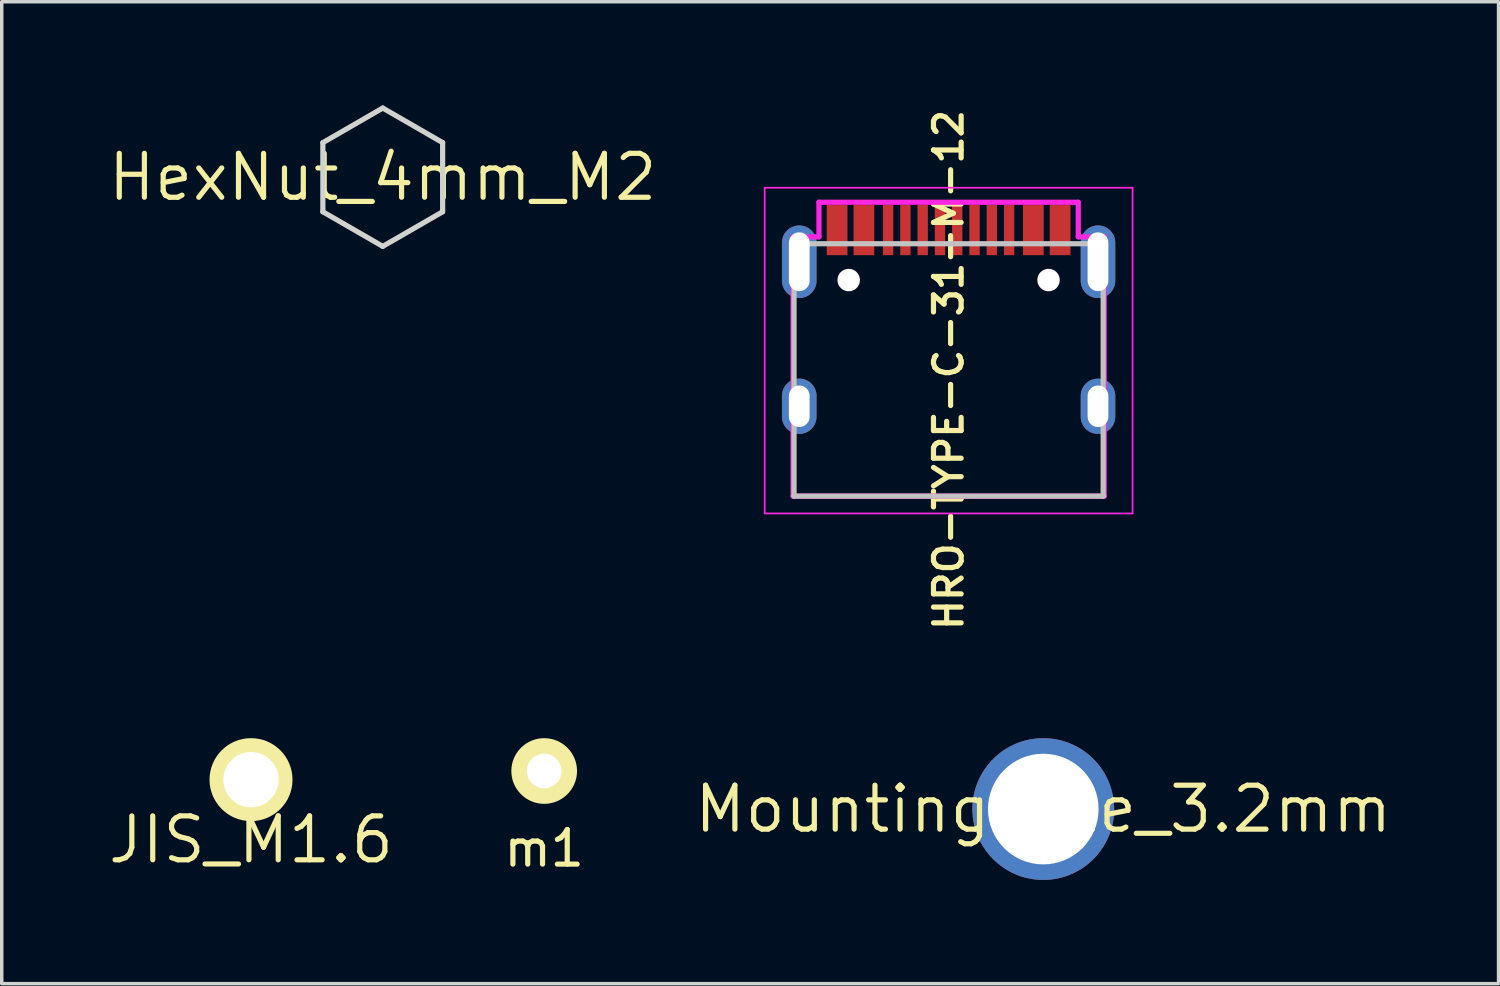
<source format=kicad_pcb>
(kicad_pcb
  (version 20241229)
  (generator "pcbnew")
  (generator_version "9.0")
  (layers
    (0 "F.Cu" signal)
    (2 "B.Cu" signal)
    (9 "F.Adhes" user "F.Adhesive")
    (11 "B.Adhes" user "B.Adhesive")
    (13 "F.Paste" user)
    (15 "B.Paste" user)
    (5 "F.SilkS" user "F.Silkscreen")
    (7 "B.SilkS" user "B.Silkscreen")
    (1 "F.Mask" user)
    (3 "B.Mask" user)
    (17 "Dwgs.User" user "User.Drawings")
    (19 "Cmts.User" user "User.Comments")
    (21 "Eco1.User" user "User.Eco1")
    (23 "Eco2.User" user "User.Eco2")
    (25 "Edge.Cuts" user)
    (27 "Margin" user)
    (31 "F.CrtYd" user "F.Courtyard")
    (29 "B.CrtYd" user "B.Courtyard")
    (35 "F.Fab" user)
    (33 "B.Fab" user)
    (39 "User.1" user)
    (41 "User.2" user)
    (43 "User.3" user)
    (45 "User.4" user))
  (footprint "m1"
    (layer "F.Cu")
    (at 12.689 20.987)
    (property "Reference" "m1" (at 0 0.5 0) (layer "F.SilkS") (effects (font (size 1 1) (thickness 0.15))))
    (attr through_hole)
    (fp_text user "" (at 0 -1.738 0) (layer "F.SilkS") (effects (font (size 1.27 1.27) (thickness 0.15))))
    (fp_text user "" (at 0 -1.738 0) (layer "F.SilkS") (effects (font (size 1.27 1.27) (thickness 0.15))))
    (pad "" np_thru_hole circle (at 0 -1.738) (size 1 1) (drill 1) (layers "*.Cu" "*.Mask"))
    (pad "" smd circle (at 0 -1.738) (size 1.9 1.9) (layers "F.SilkS")))
  (footprint "HexNut_4mm_M2"
    (layer "F.Cu")
    (at 8.02 2.075)
    (property "Reference" "HexNut_4mm_M2" (at 0 0 0) (layer "F.SilkS") (effects (font (size 1.27 1.27) (thickness 0.15))))
    (attr through_hole)
    (fp_line (start -1.732 -1) (end -1.732 1) (stroke (width 0.15) (type solid)) (layer "Edge.Cuts"))
    (fp_line (start -1.732 -1) (end 0 -2) (stroke (width 0.15) (type solid)) (layer "Edge.Cuts"))
    (fp_line (start 0 -2) (end 1.732 -1) (stroke (width 0.15) (type solid)) (layer "Edge.Cuts"))
    (fp_line (start 0 2) (end -1.732 1) (stroke (width 0.15) (type solid)) (layer "Edge.Cuts"))
    (fp_line (start 1.732 -1) (end 1.732 1) (stroke (width 0.15) (type solid)) (layer "Edge.Cuts"))
    (fp_line (start 1.732 1) (end 0 2) (stroke (width 0.15) (type solid)) (layer "Edge.Cuts")))
  (footprint "MountingHole_3.2mm"
    (layer "F.Cu")
    (at 27.124 20.35)
    (property "Reference" "MountingHole_3.2mm" (at 0 0 0) (layer "F.SilkS") (effects (font (size 1.27 1.27) (thickness 0.15))))
    (attr through_hole)
    (pad "" thru_hole circle (at 0 0) (size 4.1 4.1) (drill 3.2) (layers "*.Cu" "*.Mask")))
  (footprint "HRO-TYPE-C-31-M-12"
    (layer "F.Cu")
    (at 24.386 11.3)
    (property "Reference" "HRO-TYPE-C-31-M-12" (at 0 -3.65 270) (layer "F.SilkS") (effects (font (size 0.8 0.8) (thickness 0.15))))
    (attr smd)
    (fp_line (start -4.47 -7.3) (end 4.47 -7.3) (stroke (width 0.15) (type solid)) (layer "Dwgs.User"))
    (fp_line (start -4.47 0) (end -4.47 -7.3) (stroke (width 0.15) (type solid)) (layer "Dwgs.User"))
    (fp_line (start -4.47 0) (end 4.47 0) (stroke (width 0.15) (type solid)) (layer "Dwgs.User"))
    (fp_line (start 4.47 0) (end 4.47 -7.3) (stroke (width 0.15) (type solid)) (layer "Dwgs.User"))
    (fp_line (start -5.32 -8.92) (end -5.32 0.5) (stroke (width 0.05) (type solid)) (layer "F.CrtYd"))
    (fp_line (start -5.32 -8.92) (end 5.32 -8.92) (stroke (width 0.05) (type solid)) (layer "F.CrtYd"))
    (fp_line (start -5.32 0.5) (end 5.32 0.5) (stroke (width 0.05) (type solid)) (layer "F.CrtYd"))
    (fp_line (start -4.5 -7.5) (end -3.75 -7.5) (stroke (width 0.15) (type solid)) (layer "F.CrtYd"))
    (fp_line (start -4.5 0) (end -4.5 -7.5) (stroke (width 0.15) (type solid)) (layer "F.CrtYd"))
    (fp_line (start -3.75 -8.5) (end 3.75 -8.5) (stroke (width 0.15) (type solid)) (layer "F.CrtYd"))
    (fp_line (start -3.75 -7.5) (end -3.75 -8.5) (stroke (width 0.15) (type solid)) (layer "F.CrtYd"))
    (fp_line (start 3.75 -8.5) (end 3.75 -7.5) (stroke (width 0.15) (type solid)) (layer "F.CrtYd"))
    (fp_line (start 4.5 -7.5) (end 3.75 -7.5) (stroke (width 0.15) (type solid)) (layer "F.CrtYd"))
    (fp_line (start 4.5 -7.5) (end 4.5 0) (stroke (width 0.15) (type solid)) (layer "F.CrtYd"))
    (fp_line (start 4.5 0) (end -4.5 0) (stroke (width 0.15) (type solid)) (layer "F.CrtYd"))
    (fp_line (start 5.32 -8.92) (end 5.32 0.5) (stroke (width 0.05) (type solid)) (layer "F.CrtYd"))
    (pad "" np_thru_hole circle (at -2.89 -6.25) (size 0.65 0.65) (drill 0.65) (layers "*.Cu" "*.Mask"))
    (pad "" np_thru_hole circle (at 2.89 -6.25) (size 0.65 0.65) (drill 0.65) (layers "*.Cu" "*.Mask"))
    (pad "1" smd rect (at -3.225 -7.695) (size 0.6 1.45) (layers "F.Cu" "F.Mask" "F.Paste"))
    (pad "2" smd rect (at -2.45 -7.695) (size 0.6 1.45) (layers "F.Cu" "F.Mask" "F.Paste"))
    (pad "3" smd rect (at -1.75 -7.695) (size 0.3 1.45) (layers "F.Cu" "F.Mask" "F.Paste"))
    (pad "4" smd rect (at -1.25 -7.695) (size 0.3 1.45) (layers "F.Cu" "F.Mask" "F.Paste"))
    (pad "5" smd rect (at -0.75 -7.695) (size 0.3 1.45) (layers "F.Cu" "F.Mask" "F.Paste"))
    (pad "6" smd rect (at -0.25 -7.695) (size 0.3 1.45) (layers "F.Cu" "F.Mask" "F.Paste"))
    (pad "7" smd rect (at 0.25 -7.695) (size 0.3 1.45) (layers "F.Cu" "F.Mask" "F.Paste"))
    (pad "8" smd rect (at 0.75 -7.695) (size 0.3 1.45) (layers "F.Cu" "F.Mask" "F.Paste"))
    (pad "9" smd rect (at 1.25 -7.695) (size 0.3 1.45) (layers "F.Cu" "F.Mask" "F.Paste"))
    (pad "10" smd rect (at 1.75 -7.695) (size 0.3 1.45) (layers "F.Cu" "F.Mask" "F.Paste"))
    (pad "11" smd rect (at 2.45 -7.695) (size 0.6 1.45) (layers "F.Cu" "F.Mask" "F.Paste"))
    (pad "12" smd rect (at 3.225 -7.695) (size 0.6 1.45) (layers "F.Cu" "F.Mask" "F.Paste"))
    (pad "13" thru_hole oval (at -4.32 -6.78) (size 1 2.1) (drill oval 0.6 1.7) (layers "*.Cu" "*.Mask"))
    (pad "13" thru_hole oval (at -4.32 -2.6) (size 1 1.6) (drill oval 0.6 1.2) (layers "*.Cu" "*.Mask"))
    (pad "13" thru_hole oval (at 4.32 -6.78) (size 1 2.1) (drill oval 0.6 1.7) (layers "*.Cu" "*.Mask"))
    (pad "13" thru_hole oval (at 4.32 -2.6) (size 1 1.6) (drill oval 0.6 1.2) (layers "*.Cu" "*.Mask")))
  (footprint "JIS_M1.6"
    (layer "F.Cu")
    (at 4.21 21.237)
    (property "Reference" "JIS_M1.6" (at 0 0 0) (layer "F.SilkS") (effects (font (size 1.27 1.27) (thickness 0.15))))
    (attr through_hole)
    (pad "" np_thru_hole circle (at 0 -1.738) (size 1.6 1.6) (drill 1.6) (layers "*.Cu" "*.Mask"))
    (pad "" smd circle (at 0 -1.738) (size 2.4 2.4) (layers "F.SilkS")))
  (gr_rect
    (start -3 -3)
    (end 40.291 25.4)
    (stroke (width 0.1) (type default))
    (fill no)
    (layer "Edge.Cuts")))
</source>
